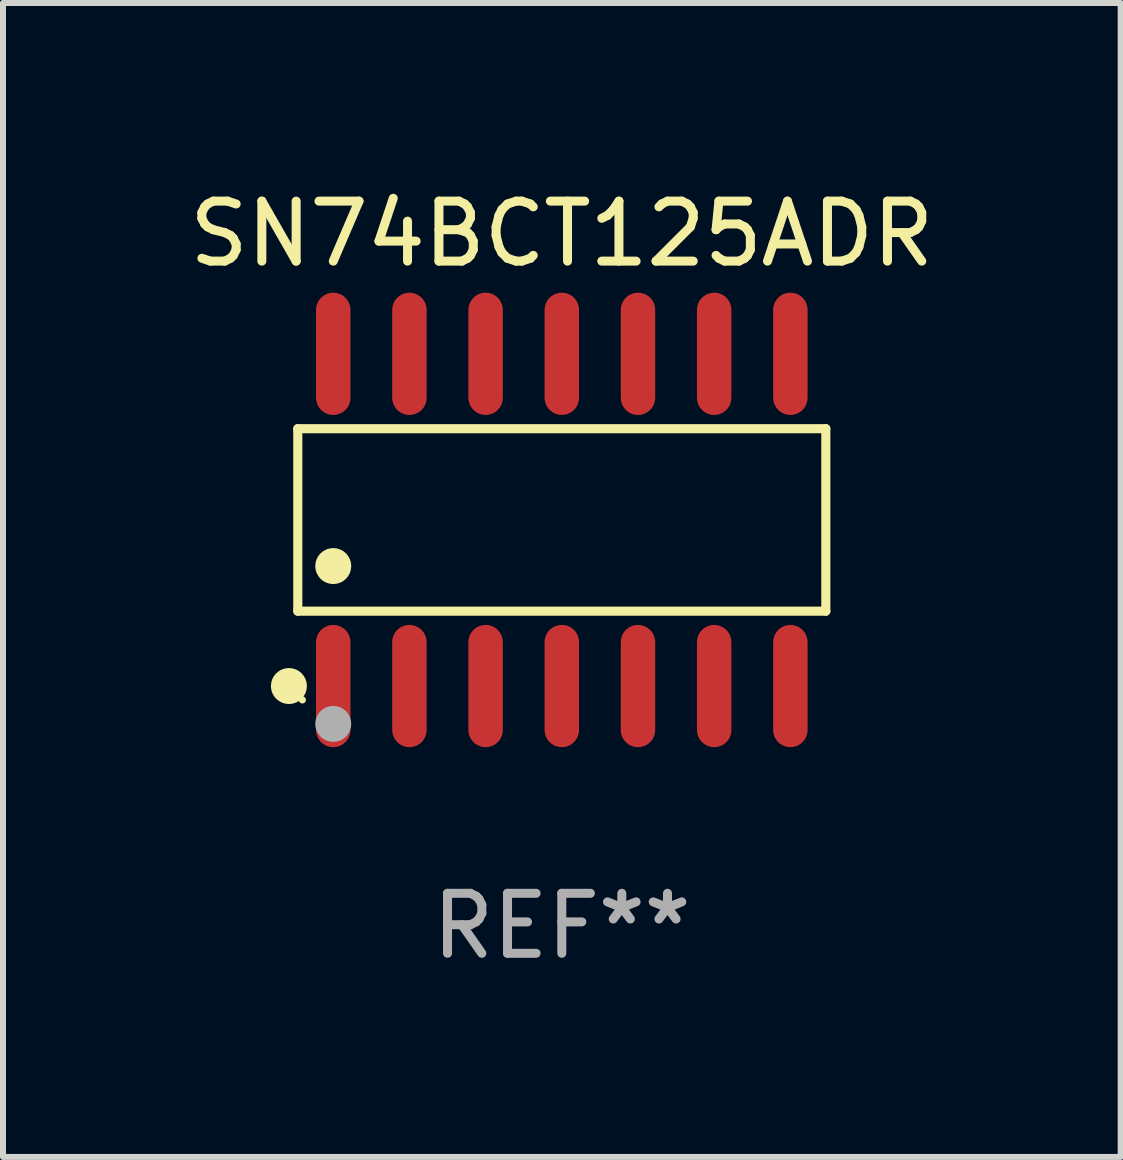
<source format=kicad_pcb>
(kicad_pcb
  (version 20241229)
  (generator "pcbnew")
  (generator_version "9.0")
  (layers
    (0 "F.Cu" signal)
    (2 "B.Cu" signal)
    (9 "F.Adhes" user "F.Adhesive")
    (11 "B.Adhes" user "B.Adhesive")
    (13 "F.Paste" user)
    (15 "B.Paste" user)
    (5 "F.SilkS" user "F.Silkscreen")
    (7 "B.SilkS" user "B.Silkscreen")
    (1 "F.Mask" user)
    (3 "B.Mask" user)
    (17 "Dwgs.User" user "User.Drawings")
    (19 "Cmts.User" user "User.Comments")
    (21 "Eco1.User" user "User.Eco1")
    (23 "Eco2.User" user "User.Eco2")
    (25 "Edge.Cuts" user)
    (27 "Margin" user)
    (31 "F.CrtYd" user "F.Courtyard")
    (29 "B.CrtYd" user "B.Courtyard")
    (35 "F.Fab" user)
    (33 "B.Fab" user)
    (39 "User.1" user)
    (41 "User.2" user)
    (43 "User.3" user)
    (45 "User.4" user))
  (footprint "SN74BCT125ADR"
    (layer "F.Cu")
    (at 6.315 5.617)
    (property "Reference" "SN74BCT125ADR" (at 0 -4.769 0) (layer "F.SilkS") (effects (font (size 1 1) (thickness 0.15))))
    (attr through_hole)
    (fp_line (start -4.401 -1.521) (end 4.401 -1.521) (stroke (width 0.152) (type solid)) (layer "F.SilkS"))
    (fp_line (start -4.401 1.521) (end -4.401 -1.521) (stroke (width 0.152) (type solid)) (layer "F.SilkS"))
    (fp_line (start 4.401 -1.521) (end 4.401 1.521) (stroke (width 0.152) (type solid)) (layer "F.SilkS"))
    (fp_line (start 4.401 1.521) (end -4.401 1.521) (stroke (width 0.152) (type solid)) (layer "F.SilkS"))
    (fp_circle (center -4.549 2.769) (end -4.399 2.769) (stroke (width 0.3) (type solid)) (fill no) (layer "F.SilkS"))
    (fp_circle (center -4.325 3) (end -4.295 3) (stroke (width 0.06) (type solid)) (fill no) (layer "F.SilkS"))
    (fp_circle (center -3.81 0.769) (end -3.66 0.769) (stroke (width 0.3) (type solid)) (fill no) (layer "F.SilkS"))
    (fp_circle (center -3.81 3.4) (end -3.66 3.4) (stroke (width 0.3) (type solid)) (fill no) (layer "F.Fab"))
    (fp_text user "REF**" (at 0 6.769 0) (layer "F.Fab") (effects (font (size 1 1) (thickness 0.15))))
    (pad "1" smd oval (at -3.81 2.769) (size 0.574 2.038) (layers "F.Cu" "F.Mask" "F.Paste"))
    (pad "2" smd oval (at -2.54 2.769) (size 0.574 2.038) (layers "F.Cu" "F.Mask" "F.Paste"))
    (pad "3" smd oval (at -1.27 2.769) (size 0.574 2.038) (layers "F.Cu" "F.Mask" "F.Paste"))
    (pad "4" smd oval (at 0 2.769) (size 0.574 2.038) (layers "F.Cu" "F.Mask" "F.Paste"))
    (pad "5" smd oval (at 1.27 2.769) (size 0.574 2.038) (layers "F.Cu" "F.Mask" "F.Paste"))
    (pad "6" smd oval (at 2.54 2.769) (size 0.574 2.038) (layers "F.Cu" "F.Mask" "F.Paste"))
    (pad "7" smd oval (at 3.81 2.769) (size 0.574 2.038) (layers "F.Cu" "F.Mask" "F.Paste"))
    (pad "8" smd oval (at 3.81 -2.769) (size 0.574 2.038) (layers "F.Cu" "F.Mask" "F.Paste"))
    (pad "9" smd oval (at 2.54 -2.769) (size 0.574 2.038) (layers "F.Cu" "F.Mask" "F.Paste"))
    (pad "10" smd oval (at 1.27 -2.769) (size 0.574 2.038) (layers "F.Cu" "F.Mask" "F.Paste"))
    (pad "11" smd oval (at 0 -2.769) (size 0.574 2.038) (layers "F.Cu" "F.Mask" "F.Paste"))
    (pad "12" smd oval (at -1.27 -2.769) (size 0.574 2.038) (layers "F.Cu" "F.Mask" "F.Paste"))
    (pad "13" smd oval (at -2.54 -2.769) (size 0.574 2.038) (layers "F.Cu" "F.Mask" "F.Paste"))
    (pad "14" smd oval (at -3.81 -2.769) (size 0.574 2.038) (layers "F.Cu" "F.Mask" "F.Paste")))
  (gr_rect
    (start -3 -3)
    (end 15.631 16.235)
    (stroke (width 0.1) (type default))
    (fill no)
    (layer "Edge.Cuts")))
</source>
